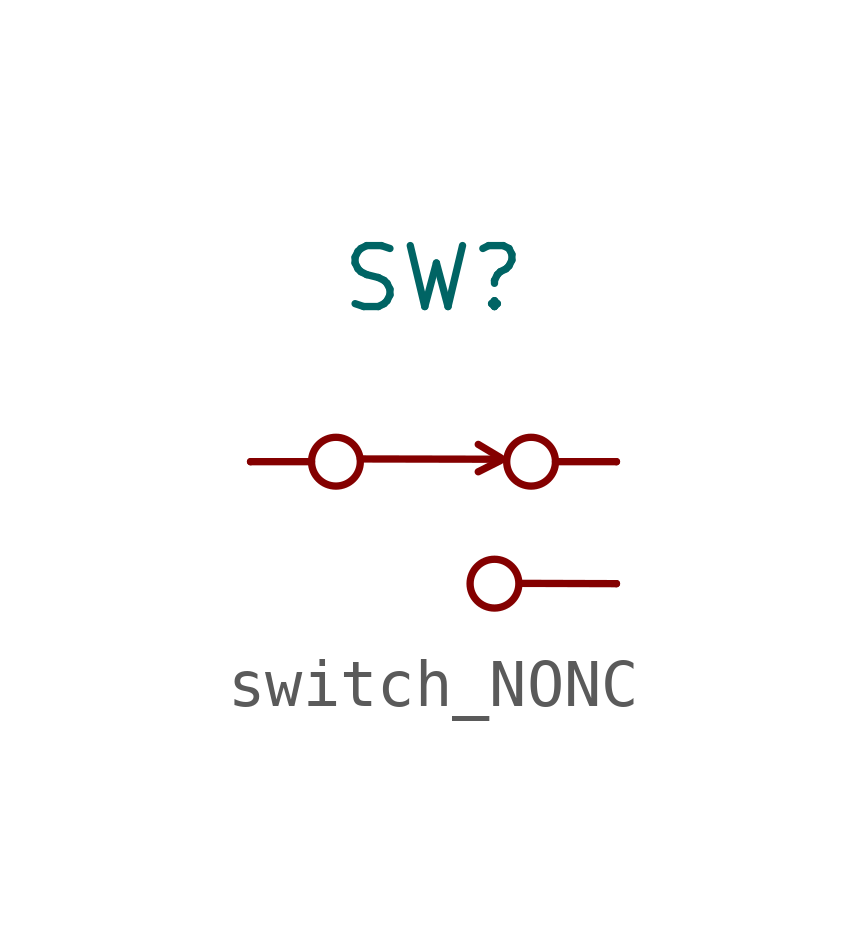
<source format=kicad_sym>
(kicad_symbol_lib
  (version 20231120)
  (generator "kicad_symbol_editor")
  (generator_version "8.0")
  (symbol "switch_NONC"
    (pin_names
      (offset 0) hide)
    (property "Reference" "SW"
      (at 0 3.81 0)
      (effects (font (size 1.27 1.27))))
    (symbol "switch_NONC_0_0"
      (circle (center -2.032 0) (radius 0.508) (stroke (width 0) (type default)) (fill (type none)))
      (polyline (pts (xy -1.522 0.057) (xy 1.477 0.051)) (stroke (width 0) (type default)) (fill (type none)))
      (circle (center 1.27 -2.54) (radius 0.508) (stroke (width 0) (type default)) (fill (type none)))
      (circle (center 2.032 0) (radius 0.508) (stroke (width 0) (type default)) (fill (type none))))
    (symbol "switch_NONC_0_1"
      (polyline (pts (xy -3.81 0) (xy -2.54 0)) (stroke (width 0) (type default)) (fill (type none)))
      (polyline (pts (xy 3.81 -2.54) (xy 1.837 -2.534)) (stroke (width 0) (type default)) (fill (type none)))
      (polyline (pts (xy 3.81 0) (xy 2.54 0)) (stroke (width 0) (type default)) (fill (type none))))
    (symbol "switch_NONC_1_1"
      (polyline (pts (xy 0.932 -0.21) (xy 1.393 0.023)) (stroke (width 0) (type default)) (fill (type none)))
      (polyline (pts (xy 0.932 0.36) (xy 1.393 0.084)) (stroke (width 0) (type default)) (fill (type none)))
      (pin passive line (at -3.81 0 0) (length 0) (name "~" (effects (font (size 1.27 1.27)))) (number "" (effects (font (size 1.27 1.27)))))
      (pin passive line (at 3.81 -2.54 180) (length 0) (name "~" (effects (font (size 1.27 1.27)))) (number "" (effects (font (size 1.27 1.27)))))
      (pin passive line (at 3.81 0 180) (length 0) (name "~" (effects (font (size 1.27 1.27)))) (number "" (effects (font (size 1.27 1.27))))))))
</source>
